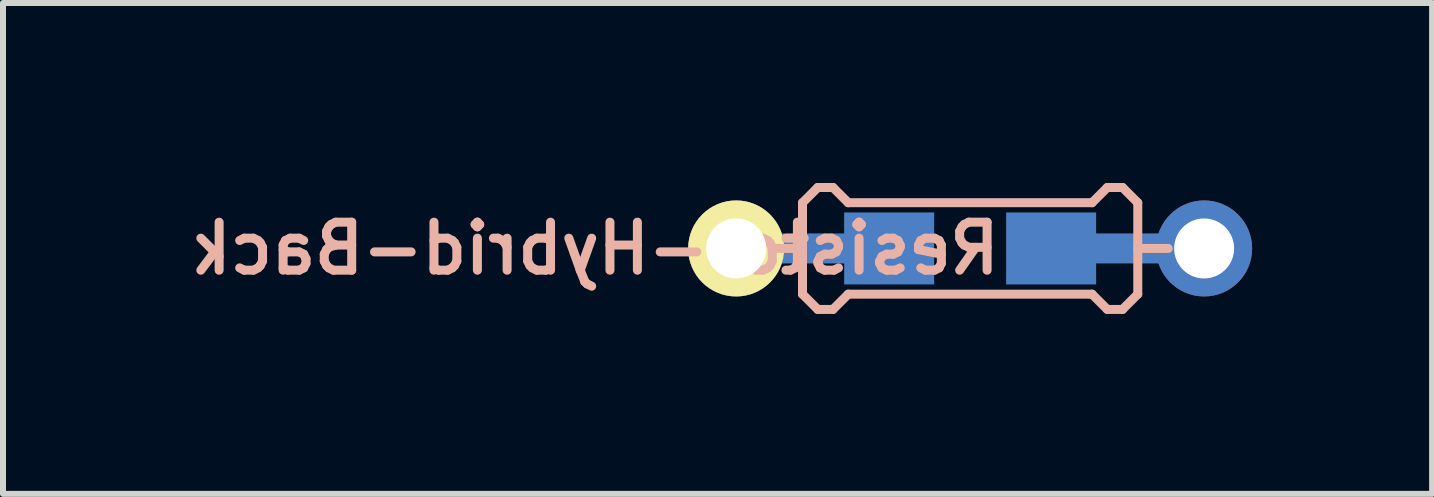
<source format=kicad_pcb>
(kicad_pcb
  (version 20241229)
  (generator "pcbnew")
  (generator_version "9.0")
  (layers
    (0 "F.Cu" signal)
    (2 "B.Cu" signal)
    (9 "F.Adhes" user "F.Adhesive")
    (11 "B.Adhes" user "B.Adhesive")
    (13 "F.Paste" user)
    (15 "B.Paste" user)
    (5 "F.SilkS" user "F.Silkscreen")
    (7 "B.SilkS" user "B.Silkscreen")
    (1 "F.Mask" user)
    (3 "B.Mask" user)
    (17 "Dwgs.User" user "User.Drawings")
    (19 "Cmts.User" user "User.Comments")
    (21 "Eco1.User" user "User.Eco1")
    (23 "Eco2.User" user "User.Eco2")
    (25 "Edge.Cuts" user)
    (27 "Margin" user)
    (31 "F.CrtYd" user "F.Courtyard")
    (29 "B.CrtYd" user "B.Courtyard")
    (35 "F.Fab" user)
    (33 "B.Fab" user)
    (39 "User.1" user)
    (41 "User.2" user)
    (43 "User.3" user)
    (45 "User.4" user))
  (footprint "Resistor-Hybrid-Back"
    (layer "F.Cu")
    (at 13.12 1.091)
    (property "Reference" "Resistor-Hybrid-Back" (at -6.251 0 0) (layer "B.SilkS") (effects (font (size 0.8 0.8) (thickness 0.15)) (justify mirror)))
    (attr smd)
    (fp_line (start -3.302 0) (end -2.794 0) (stroke (width 0.15) (type solid)) (layer "B.SilkS"))
    (fp_line (start -2.794 -0.762) (end -2.54 -1.016) (stroke (width 0.15) (type solid)) (layer "B.SilkS"))
    (fp_line (start -2.794 0.762) (end -2.794 -0.762) (stroke (width 0.15) (type solid)) (layer "B.SilkS"))
    (fp_line (start -2.54 -1.016) (end -2.286 -1.016) (stroke (width 0.15) (type solid)) (layer "B.SilkS"))
    (fp_line (start -2.54 1.016) (end -2.794 0.762) (stroke (width 0.15) (type solid)) (layer "B.SilkS"))
    (fp_line (start -2.286 -1.016) (end -2.032 -0.762) (stroke (width 0.15) (type solid)) (layer "B.SilkS"))
    (fp_line (start -2.286 1.016) (end -2.54 1.016) (stroke (width 0.15) (type solid)) (layer "B.SilkS"))
    (fp_line (start -2.032 -0.762) (end 2.032 -0.762) (stroke (width 0.15) (type solid)) (layer "B.SilkS"))
    (fp_line (start -2.032 0.762) (end -2.286 1.016) (stroke (width 0.15) (type solid)) (layer "B.SilkS"))
    (fp_line (start 2.032 -0.762) (end 2.286 -1.016) (stroke (width 0.15) (type solid)) (layer "B.SilkS"))
    (fp_line (start 2.032 0.762) (end -2.032 0.762) (stroke (width 0.15) (type solid)) (layer "B.SilkS"))
    (fp_line (start 2.286 -1.016) (end 2.54 -1.016) (stroke (width 0.15) (type solid)) (layer "B.SilkS"))
    (fp_line (start 2.286 1.016) (end 2.032 0.762) (stroke (width 0.15) (type solid)) (layer "B.SilkS"))
    (fp_line (start 2.54 -1.016) (end 2.794 -0.762) (stroke (width 0.15) (type solid)) (layer "B.SilkS"))
    (fp_line (start 2.54 1.016) (end 2.286 1.016) (stroke (width 0.15) (type solid)) (layer "B.SilkS"))
    (fp_line (start 2.794 -0.762) (end 2.794 0.762) (stroke (width 0.15) (type solid)) (layer "B.SilkS"))
    (fp_line (start 2.794 0) (end 3.302 0) (stroke (width 0.15) (type solid)) (layer "B.SilkS"))
    (fp_line (start 2.794 0.762) (end 2.54 1.016) (stroke (width 0.15) (type solid)) (layer "B.SilkS"))
    (pad "1" smd rect (at 1.35 0) (size 1.5 1.2) (layers "B.Cu" "B.Mask" "B.Paste"))
    (pad "1" smd rect (at 2.5 0) (size 2.9 0.5) (layers "B.Cu"))
    (pad "1" thru_hole circle (at 3.9 0) (size 1.6 1.6) (drill 1) (layers "*.Cu" "*.Mask"))
    (pad "2" thru_hole circle (at -3.9 0) (size 1.6 1.6) (drill 1) (layers "*.Cu" "*.Mask" "F.SilkS"))
    (pad "2" smd rect (at -2.5 0) (size 2.9 0.5) (layers "B.Cu"))
    (pad "2" smd rect (at -1.35 0) (size 1.5 1.2) (layers "B.Cu" "B.Mask" "B.Paste")))
  (gr_rect
    (start -3 -3)
    (end 20.82 5.182)
    (stroke (width 0.1) (type default))
    (fill no)
    (layer "Edge.Cuts")))
</source>
